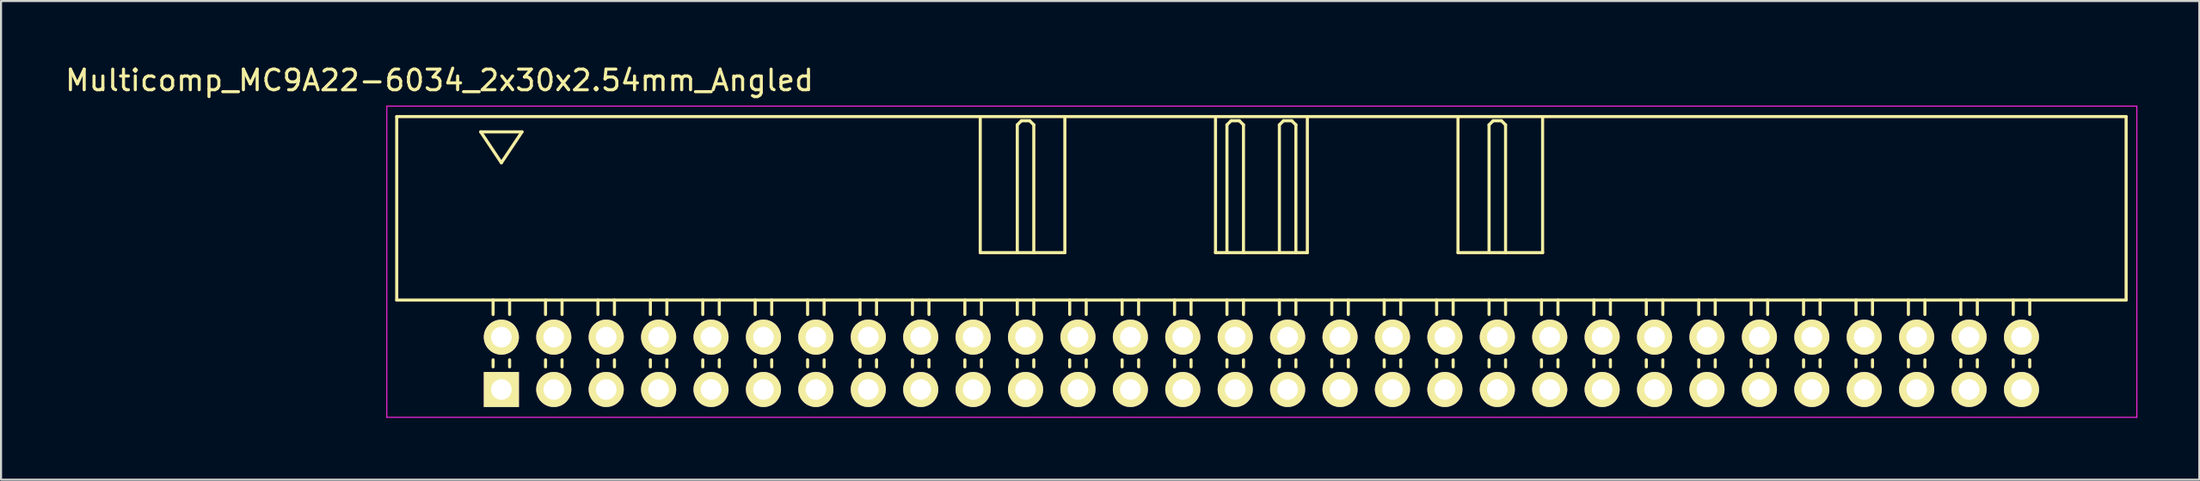
<source format=kicad_pcb>
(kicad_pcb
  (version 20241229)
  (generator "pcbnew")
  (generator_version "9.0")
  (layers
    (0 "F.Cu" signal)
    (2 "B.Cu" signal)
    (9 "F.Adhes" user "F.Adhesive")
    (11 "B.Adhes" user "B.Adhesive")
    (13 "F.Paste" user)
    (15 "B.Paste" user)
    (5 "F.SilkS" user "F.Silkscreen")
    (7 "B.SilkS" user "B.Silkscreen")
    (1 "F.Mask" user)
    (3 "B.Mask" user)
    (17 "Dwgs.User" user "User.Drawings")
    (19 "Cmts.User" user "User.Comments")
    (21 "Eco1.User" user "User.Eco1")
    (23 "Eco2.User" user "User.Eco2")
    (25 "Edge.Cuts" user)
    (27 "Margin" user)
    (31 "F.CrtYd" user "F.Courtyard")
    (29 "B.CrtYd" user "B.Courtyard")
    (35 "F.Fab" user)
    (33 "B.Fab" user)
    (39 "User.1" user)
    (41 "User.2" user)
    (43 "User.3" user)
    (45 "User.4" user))
  (footprint "Multicomp_MC9A22-6034_2x30x2.54mm_Angled"
    (layer "F.Cu")
    (at 21.244 15.848)
    (property "Reference" "Multicomp_MC9A22-6034_2x30x2.54mm_Angled" (at -3 -15 0) (layer "F.SilkS") (effects (font (size 1 1) (thickness 0.15))))
    (attr through_hole)
    (fp_line (start -5.07 -13.24) (end 78.73 -13.24) (stroke (width 0.15) (type solid)) (layer "F.SilkS"))
    (fp_line (start -5.07 -4.34) (end -5.07 -13.24) (stroke (width 0.15) (type solid)) (layer "F.SilkS"))
    (fp_line (start -1 -12.5) (end 1 -12.5) (stroke (width 0.15) (type solid)) (layer "F.SilkS"))
    (fp_line (start -0.4 -3.64) (end -0.4 -4.34) (stroke (width 0.15) (type solid)) (layer "F.SilkS"))
    (fp_line (start -0.4 -1.1) (end -0.4 -1.44) (stroke (width 0.15) (type solid)) (layer "F.SilkS"))
    (fp_line (start 0 -11) (end -1 -12.5) (stroke (width 0.15) (type solid)) (layer "F.SilkS"))
    (fp_line (start 0.4 -3.64) (end 0.4 -4.34) (stroke (width 0.15) (type solid)) (layer "F.SilkS"))
    (fp_line (start 0.4 -1.1) (end 0.4 -1.44) (stroke (width 0.15) (type solid)) (layer "F.SilkS"))
    (fp_line (start 1 -12.5) (end 0 -11) (stroke (width 0.15) (type solid)) (layer "F.SilkS"))
    (fp_line (start 2.14 -3.64) (end 2.14 -4.34) (stroke (width 0.15) (type solid)) (layer "F.SilkS"))
    (fp_line (start 2.14 -1.1) (end 2.14 -1.44) (stroke (width 0.15) (type solid)) (layer "F.SilkS"))
    (fp_line (start 2.94 -3.64) (end 2.94 -4.34) (stroke (width 0.15) (type solid)) (layer "F.SilkS"))
    (fp_line (start 2.94 -1.1) (end 2.94 -1.44) (stroke (width 0.15) (type solid)) (layer "F.SilkS"))
    (fp_line (start 4.68 -3.64) (end 4.68 -4.34) (stroke (width 0.15) (type solid)) (layer "F.SilkS"))
    (fp_line (start 4.68 -1.1) (end 4.68 -1.44) (stroke (width 0.15) (type solid)) (layer "F.SilkS"))
    (fp_line (start 5.48 -3.64) (end 5.48 -4.34) (stroke (width 0.15) (type solid)) (layer "F.SilkS"))
    (fp_line (start 5.48 -1.1) (end 5.48 -1.44) (stroke (width 0.15) (type solid)) (layer "F.SilkS"))
    (fp_line (start 7.22 -3.64) (end 7.22 -4.34) (stroke (width 0.15) (type solid)) (layer "F.SilkS"))
    (fp_line (start 7.22 -1.1) (end 7.22 -1.44) (stroke (width 0.15) (type solid)) (layer "F.SilkS"))
    (fp_line (start 8.02 -3.64) (end 8.02 -4.34) (stroke (width 0.15) (type solid)) (layer "F.SilkS"))
    (fp_line (start 8.02 -1.1) (end 8.02 -1.44) (stroke (width 0.15) (type solid)) (layer "F.SilkS"))
    (fp_line (start 9.76 -3.64) (end 9.76 -4.34) (stroke (width 0.15) (type solid)) (layer "F.SilkS"))
    (fp_line (start 9.76 -1.1) (end 9.76 -1.44) (stroke (width 0.15) (type solid)) (layer "F.SilkS"))
    (fp_line (start 10.56 -3.64) (end 10.56 -4.34) (stroke (width 0.15) (type solid)) (layer "F.SilkS"))
    (fp_line (start 10.56 -1.1) (end 10.56 -1.44) (stroke (width 0.15) (type solid)) (layer "F.SilkS"))
    (fp_line (start 12.3 -3.64) (end 12.3 -4.34) (stroke (width 0.15) (type solid)) (layer "F.SilkS"))
    (fp_line (start 12.3 -1.1) (end 12.3 -1.44) (stroke (width 0.15) (type solid)) (layer "F.SilkS"))
    (fp_line (start 13.1 -3.64) (end 13.1 -4.34) (stroke (width 0.15) (type solid)) (layer "F.SilkS"))
    (fp_line (start 13.1 -1.1) (end 13.1 -1.44) (stroke (width 0.15) (type solid)) (layer "F.SilkS"))
    (fp_line (start 14.84 -3.64) (end 14.84 -4.34) (stroke (width 0.15) (type solid)) (layer "F.SilkS"))
    (fp_line (start 14.84 -1.1) (end 14.84 -1.44) (stroke (width 0.15) (type solid)) (layer "F.SilkS"))
    (fp_line (start 15.64 -3.64) (end 15.64 -4.34) (stroke (width 0.15) (type solid)) (layer "F.SilkS"))
    (fp_line (start 15.64 -1.1) (end 15.64 -1.44) (stroke (width 0.15) (type solid)) (layer "F.SilkS"))
    (fp_line (start 17.38 -3.64) (end 17.38 -4.34) (stroke (width 0.15) (type solid)) (layer "F.SilkS"))
    (fp_line (start 17.38 -1.1) (end 17.38 -1.44) (stroke (width 0.15) (type solid)) (layer "F.SilkS"))
    (fp_line (start 18.18 -3.64) (end 18.18 -4.34) (stroke (width 0.15) (type solid)) (layer "F.SilkS"))
    (fp_line (start 18.18 -1.1) (end 18.18 -1.44) (stroke (width 0.15) (type solid)) (layer "F.SilkS"))
    (fp_line (start 19.92 -3.64) (end 19.92 -4.34) (stroke (width 0.15) (type solid)) (layer "F.SilkS"))
    (fp_line (start 19.92 -1.1) (end 19.92 -1.44) (stroke (width 0.15) (type solid)) (layer "F.SilkS"))
    (fp_line (start 20.72 -3.64) (end 20.72 -4.34) (stroke (width 0.15) (type solid)) (layer "F.SilkS"))
    (fp_line (start 20.72 -1.1) (end 20.72 -1.44) (stroke (width 0.15) (type solid)) (layer "F.SilkS"))
    (fp_line (start 22.46 -3.64) (end 22.46 -4.34) (stroke (width 0.15) (type solid)) (layer "F.SilkS"))
    (fp_line (start 22.46 -1.1) (end 22.46 -1.44) (stroke (width 0.15) (type solid)) (layer "F.SilkS"))
    (fp_line (start 23.205 -6.64) (end 23.205 -13.24) (stroke (width 0.15) (type solid)) (layer "F.SilkS"))
    (fp_line (start 23.26 -3.64) (end 23.26 -4.34) (stroke (width 0.15) (type solid)) (layer "F.SilkS"))
    (fp_line (start 23.26 -1.1) (end 23.26 -1.44) (stroke (width 0.15) (type solid)) (layer "F.SilkS"))
    (fp_line (start 25 -12.84) (end 25.2 -13.04) (stroke (width 0.15) (type solid)) (layer "F.SilkS"))
    (fp_line (start 25 -6.64) (end 25 -12.84) (stroke (width 0.15) (type solid)) (layer "F.SilkS"))
    (fp_line (start 25 -3.64) (end 25 -4.34) (stroke (width 0.15) (type solid)) (layer "F.SilkS"))
    (fp_line (start 25 -1.1) (end 25 -1.44) (stroke (width 0.15) (type solid)) (layer "F.SilkS"))
    (fp_line (start 25.2 -13.04) (end 25.6 -13.04) (stroke (width 0.15) (type solid)) (layer "F.SilkS"))
    (fp_line (start 25.6 -13.04) (end 25.8 -12.84) (stroke (width 0.15) (type solid)) (layer "F.SilkS"))
    (fp_line (start 25.8 -12.84) (end 25.8 -6.64) (stroke (width 0.15) (type solid)) (layer "F.SilkS"))
    (fp_line (start 25.8 -3.64) (end 25.8 -4.34) (stroke (width 0.15) (type solid)) (layer "F.SilkS"))
    (fp_line (start 25.8 -1.1) (end 25.8 -1.44) (stroke (width 0.15) (type solid)) (layer "F.SilkS"))
    (fp_line (start 27.305 -13.24) (end 27.305 -6.64) (stroke (width 0.15) (type solid)) (layer "F.SilkS"))
    (fp_line (start 27.305 -6.64) (end 23.205 -6.64) (stroke (width 0.15) (type solid)) (layer "F.SilkS"))
    (fp_line (start 27.54 -3.64) (end 27.54 -4.34) (stroke (width 0.15) (type solid)) (layer "F.SilkS"))
    (fp_line (start 27.54 -1.1) (end 27.54 -1.44) (stroke (width 0.15) (type solid)) (layer "F.SilkS"))
    (fp_line (start 28.34 -3.64) (end 28.34 -4.34) (stroke (width 0.15) (type solid)) (layer "F.SilkS"))
    (fp_line (start 28.34 -1.1) (end 28.34 -1.44) (stroke (width 0.15) (type solid)) (layer "F.SilkS"))
    (fp_line (start 30.08 -3.64) (end 30.08 -4.34) (stroke (width 0.15) (type solid)) (layer "F.SilkS"))
    (fp_line (start 30.08 -1.1) (end 30.08 -1.44) (stroke (width 0.15) (type solid)) (layer "F.SilkS"))
    (fp_line (start 30.88 -3.64) (end 30.88 -4.34) (stroke (width 0.15) (type solid)) (layer "F.SilkS"))
    (fp_line (start 30.88 -1.1) (end 30.88 -1.44) (stroke (width 0.15) (type solid)) (layer "F.SilkS"))
    (fp_line (start 32.62 -3.64) (end 32.62 -4.34) (stroke (width 0.15) (type solid)) (layer "F.SilkS"))
    (fp_line (start 32.62 -1.1) (end 32.62 -1.44) (stroke (width 0.15) (type solid)) (layer "F.SilkS"))
    (fp_line (start 33.42 -3.64) (end 33.42 -4.34) (stroke (width 0.15) (type solid)) (layer "F.SilkS"))
    (fp_line (start 33.42 -1.1) (end 33.42 -1.44) (stroke (width 0.15) (type solid)) (layer "F.SilkS"))
    (fp_line (start 34.605 -13.24) (end 34.605 -6.64) (stroke (width 0.15) (type solid)) (layer "F.SilkS"))
    (fp_line (start 34.605 -6.64) (end 39.055 -6.64) (stroke (width 0.15) (type solid)) (layer "F.SilkS"))
    (fp_line (start 35.16 -12.84) (end 35.36 -13.04) (stroke (width 0.15) (type solid)) (layer "F.SilkS"))
    (fp_line (start 35.16 -6.64) (end 35.16 -12.84) (stroke (width 0.15) (type solid)) (layer "F.SilkS"))
    (fp_line (start 35.16 -3.64) (end 35.16 -4.34) (stroke (width 0.15) (type solid)) (layer "F.SilkS"))
    (fp_line (start 35.16 -1.1) (end 35.16 -1.44) (stroke (width 0.15) (type solid)) (layer "F.SilkS"))
    (fp_line (start 35.36 -13.04) (end 35.76 -13.04) (stroke (width 0.15) (type solid)) (layer "F.SilkS"))
    (fp_line (start 35.76 -13.04) (end 35.96 -12.84) (stroke (width 0.15) (type solid)) (layer "F.SilkS"))
    (fp_line (start 35.96 -12.84) (end 35.96 -6.64) (stroke (width 0.15) (type solid)) (layer "F.SilkS"))
    (fp_line (start 35.96 -3.64) (end 35.96 -4.34) (stroke (width 0.15) (type solid)) (layer "F.SilkS"))
    (fp_line (start 35.96 -1.1) (end 35.96 -1.44) (stroke (width 0.15) (type solid)) (layer "F.SilkS"))
    (fp_line (start 37.7 -12.84) (end 37.9 -13.04) (stroke (width 0.15) (type solid)) (layer "F.SilkS"))
    (fp_line (start 37.7 -6.64) (end 37.7 -12.84) (stroke (width 0.15) (type solid)) (layer "F.SilkS"))
    (fp_line (start 37.7 -3.64) (end 37.7 -4.34) (stroke (width 0.15) (type solid)) (layer "F.SilkS"))
    (fp_line (start 37.7 -1.1) (end 37.7 -1.44) (stroke (width 0.15) (type solid)) (layer "F.SilkS"))
    (fp_line (start 37.9 -13.04) (end 38.3 -13.04) (stroke (width 0.15) (type solid)) (layer "F.SilkS"))
    (fp_line (start 38.3 -13.04) (end 38.5 -12.84) (stroke (width 0.15) (type solid)) (layer "F.SilkS"))
    (fp_line (start 38.5 -12.84) (end 38.5 -6.64) (stroke (width 0.15) (type solid)) (layer "F.SilkS"))
    (fp_line (start 38.5 -3.64) (end 38.5 -4.34) (stroke (width 0.15) (type solid)) (layer "F.SilkS"))
    (fp_line (start 38.5 -1.1) (end 38.5 -1.44) (stroke (width 0.15) (type solid)) (layer "F.SilkS"))
    (fp_line (start 39.055 -6.64) (end 39.055 -13.24) (stroke (width 0.15) (type solid)) (layer "F.SilkS"))
    (fp_line (start 40.24 -3.64) (end 40.24 -4.34) (stroke (width 0.15) (type solid)) (layer "F.SilkS"))
    (fp_line (start 40.24 -1.1) (end 40.24 -1.44) (stroke (width 0.15) (type solid)) (layer "F.SilkS"))
    (fp_line (start 41.04 -3.64) (end 41.04 -4.34) (stroke (width 0.15) (type solid)) (layer "F.SilkS"))
    (fp_line (start 41.04 -1.1) (end 41.04 -1.44) (stroke (width 0.15) (type solid)) (layer "F.SilkS"))
    (fp_line (start 42.78 -3.64) (end 42.78 -4.34) (stroke (width 0.15) (type solid)) (layer "F.SilkS"))
    (fp_line (start 42.78 -1.1) (end 42.78 -1.44) (stroke (width 0.15) (type solid)) (layer "F.SilkS"))
    (fp_line (start 43.58 -3.64) (end 43.58 -4.34) (stroke (width 0.15) (type solid)) (layer "F.SilkS"))
    (fp_line (start 43.58 -1.1) (end 43.58 -1.44) (stroke (width 0.15) (type solid)) (layer "F.SilkS"))
    (fp_line (start 45.32 -3.64) (end 45.32 -4.34) (stroke (width 0.15) (type solid)) (layer "F.SilkS"))
    (fp_line (start 45.32 -1.1) (end 45.32 -1.44) (stroke (width 0.15) (type solid)) (layer "F.SilkS"))
    (fp_line (start 46.12 -3.64) (end 46.12 -4.34) (stroke (width 0.15) (type solid)) (layer "F.SilkS"))
    (fp_line (start 46.12 -1.1) (end 46.12 -1.44) (stroke (width 0.15) (type solid)) (layer "F.SilkS"))
    (fp_line (start 46.355 -13.24) (end 46.355 -6.64) (stroke (width 0.15) (type solid)) (layer "F.SilkS"))
    (fp_line (start 46.355 -6.64) (end 50.455 -6.64) (stroke (width 0.15) (type solid)) (layer "F.SilkS"))
    (fp_line (start 47.86 -12.84) (end 48.06 -13.04) (stroke (width 0.15) (type solid)) (layer "F.SilkS"))
    (fp_line (start 47.86 -6.64) (end 47.86 -12.84) (stroke (width 0.15) (type solid)) (layer "F.SilkS"))
    (fp_line (start 47.86 -3.64) (end 47.86 -4.34) (stroke (width 0.15) (type solid)) (layer "F.SilkS"))
    (fp_line (start 47.86 -1.1) (end 47.86 -1.44) (stroke (width 0.15) (type solid)) (layer "F.SilkS"))
    (fp_line (start 48.06 -13.04) (end 48.46 -13.04) (stroke (width 0.15) (type solid)) (layer "F.SilkS"))
    (fp_line (start 48.46 -13.04) (end 48.66 -12.84) (stroke (width 0.15) (type solid)) (layer "F.SilkS"))
    (fp_line (start 48.66 -12.84) (end 48.66 -6.64) (stroke (width 0.15) (type solid)) (layer "F.SilkS"))
    (fp_line (start 48.66 -3.64) (end 48.66 -4.34) (stroke (width 0.15) (type solid)) (layer "F.SilkS"))
    (fp_line (start 48.66 -1.1) (end 48.66 -1.44) (stroke (width 0.15) (type solid)) (layer "F.SilkS"))
    (fp_line (start 50.4 -3.64) (end 50.4 -4.34) (stroke (width 0.15) (type solid)) (layer "F.SilkS"))
    (fp_line (start 50.4 -1.1) (end 50.4 -1.44) (stroke (width 0.15) (type solid)) (layer "F.SilkS"))
    (fp_line (start 50.455 -6.64) (end 50.455 -13.24) (stroke (width 0.15) (type solid)) (layer "F.SilkS"))
    (fp_line (start 51.2 -3.64) (end 51.2 -4.34) (stroke (width 0.15) (type solid)) (layer "F.SilkS"))
    (fp_line (start 51.2 -1.1) (end 51.2 -1.44) (stroke (width 0.15) (type solid)) (layer "F.SilkS"))
    (fp_line (start 52.94 -3.64) (end 52.94 -4.34) (stroke (width 0.15) (type solid)) (layer "F.SilkS"))
    (fp_line (start 52.94 -1.1) (end 52.94 -1.44) (stroke (width 0.15) (type solid)) (layer "F.SilkS"))
    (fp_line (start 53.74 -3.64) (end 53.74 -4.34) (stroke (width 0.15) (type solid)) (layer "F.SilkS"))
    (fp_line (start 53.74 -1.1) (end 53.74 -1.44) (stroke (width 0.15) (type solid)) (layer "F.SilkS"))
    (fp_line (start 55.48 -3.64) (end 55.48 -4.34) (stroke (width 0.15) (type solid)) (layer "F.SilkS"))
    (fp_line (start 55.48 -1.1) (end 55.48 -1.44) (stroke (width 0.15) (type solid)) (layer "F.SilkS"))
    (fp_line (start 56.28 -3.64) (end 56.28 -4.34) (stroke (width 0.15) (type solid)) (layer "F.SilkS"))
    (fp_line (start 56.28 -1.1) (end 56.28 -1.44) (stroke (width 0.15) (type solid)) (layer "F.SilkS"))
    (fp_line (start 58.02 -3.64) (end 58.02 -4.34) (stroke (width 0.15) (type solid)) (layer "F.SilkS"))
    (fp_line (start 58.02 -1.1) (end 58.02 -1.44) (stroke (width 0.15) (type solid)) (layer "F.SilkS"))
    (fp_line (start 58.82 -3.64) (end 58.82 -4.34) (stroke (width 0.15) (type solid)) (layer "F.SilkS"))
    (fp_line (start 58.82 -1.1) (end 58.82 -1.44) (stroke (width 0.15) (type solid)) (layer "F.SilkS"))
    (fp_line (start 60.56 -3.64) (end 60.56 -4.34) (stroke (width 0.15) (type solid)) (layer "F.SilkS"))
    (fp_line (start 60.56 -1.1) (end 60.56 -1.44) (stroke (width 0.15) (type solid)) (layer "F.SilkS"))
    (fp_line (start 61.36 -3.64) (end 61.36 -4.34) (stroke (width 0.15) (type solid)) (layer "F.SilkS"))
    (fp_line (start 61.36 -1.1) (end 61.36 -1.44) (stroke (width 0.15) (type solid)) (layer "F.SilkS"))
    (fp_line (start 63.1 -3.64) (end 63.1 -4.34) (stroke (width 0.15) (type solid)) (layer "F.SilkS"))
    (fp_line (start 63.1 -1.1) (end 63.1 -1.44) (stroke (width 0.15) (type solid)) (layer "F.SilkS"))
    (fp_line (start 63.9 -3.64) (end 63.9 -4.34) (stroke (width 0.15) (type solid)) (layer "F.SilkS"))
    (fp_line (start 63.9 -1.1) (end 63.9 -1.44) (stroke (width 0.15) (type solid)) (layer "F.SilkS"))
    (fp_line (start 65.64 -3.64) (end 65.64 -4.34) (stroke (width 0.15) (type solid)) (layer "F.SilkS"))
    (fp_line (start 65.64 -1.1) (end 65.64 -1.44) (stroke (width 0.15) (type solid)) (layer "F.SilkS"))
    (fp_line (start 66.44 -3.64) (end 66.44 -4.34) (stroke (width 0.15) (type solid)) (layer "F.SilkS"))
    (fp_line (start 66.44 -1.1) (end 66.44 -1.44) (stroke (width 0.15) (type solid)) (layer "F.SilkS"))
    (fp_line (start 68.18 -3.64) (end 68.18 -4.34) (stroke (width 0.15) (type solid)) (layer "F.SilkS"))
    (fp_line (start 68.18 -1.1) (end 68.18 -1.44) (stroke (width 0.15) (type solid)) (layer "F.SilkS"))
    (fp_line (start 68.98 -3.64) (end 68.98 -4.34) (stroke (width 0.15) (type solid)) (layer "F.SilkS"))
    (fp_line (start 68.98 -1.1) (end 68.98 -1.44) (stroke (width 0.15) (type solid)) (layer "F.SilkS"))
    (fp_line (start 70.72 -3.64) (end 70.72 -4.34) (stroke (width 0.15) (type solid)) (layer "F.SilkS"))
    (fp_line (start 70.72 -1.1) (end 70.72 -1.44) (stroke (width 0.15) (type solid)) (layer "F.SilkS"))
    (fp_line (start 71.52 -3.64) (end 71.52 -4.34) (stroke (width 0.15) (type solid)) (layer "F.SilkS"))
    (fp_line (start 71.52 -1.1) (end 71.52 -1.44) (stroke (width 0.15) (type solid)) (layer "F.SilkS"))
    (fp_line (start 73.26 -3.64) (end 73.26 -4.34) (stroke (width 0.15) (type solid)) (layer "F.SilkS"))
    (fp_line (start 73.26 -1.1) (end 73.26 -1.44) (stroke (width 0.15) (type solid)) (layer "F.SilkS"))
    (fp_line (start 74.06 -3.64) (end 74.06 -4.34) (stroke (width 0.15) (type solid)) (layer "F.SilkS"))
    (fp_line (start 74.06 -1.1) (end 74.06 -1.44) (stroke (width 0.15) (type solid)) (layer "F.SilkS"))
    (fp_line (start 78.73 -13.24) (end 78.73 -4.34) (stroke (width 0.15) (type solid)) (layer "F.SilkS"))
    (fp_line (start 78.73 -4.34) (end -5.07 -4.34) (stroke (width 0.15) (type solid)) (layer "F.SilkS"))
    (fp_line (start -5.55 -13.75) (end 79.25 -13.75) (stroke (width 0.05) (type solid)) (layer "F.CrtYd"))
    (fp_line (start -5.55 1.35) (end -5.55 -13.75) (stroke (width 0.05) (type solid)) (layer "F.CrtYd"))
    (fp_line (start 79.25 -13.75) (end 79.25 1.35) (stroke (width 0.05) (type solid)) (layer "F.CrtYd"))
    (fp_line (start 79.25 1.35) (end -5.55 1.35) (stroke (width 0.05) (type solid)) (layer "F.CrtYd"))
    (pad "1" thru_hole rect (at 0 0) (size 1.7 1.7) (drill 1) (layers "*.Cu" "*.Mask" "F.SilkS"))
    (pad "2" thru_hole circle (at 0 -2.54) (size 1.7 1.7) (drill 1) (layers "*.Cu" "*.Mask" "F.SilkS"))
    (pad "3" thru_hole circle (at 2.54 0) (size 1.7 1.7) (drill 1) (layers "*.Cu" "*.Mask" "F.SilkS"))
    (pad "4" thru_hole circle (at 2.54 -2.54) (size 1.7 1.7) (drill 1) (layers "*.Cu" "*.Mask" "F.SilkS"))
    (pad "5" thru_hole circle (at 5.08 0) (size 1.7 1.7) (drill 1) (layers "*.Cu" "*.Mask" "F.SilkS"))
    (pad "6" thru_hole circle (at 5.08 -2.54) (size 1.7 1.7) (drill 1) (layers "*.Cu" "*.Mask" "F.SilkS"))
    (pad "7" thru_hole circle (at 7.62 0) (size 1.7 1.7) (drill 1) (layers "*.Cu" "*.Mask" "F.SilkS"))
    (pad "8" thru_hole circle (at 7.62 -2.54) (size 1.7 1.7) (drill 1) (layers "*.Cu" "*.Mask" "F.SilkS"))
    (pad "9" thru_hole circle (at 10.16 0) (size 1.7 1.7) (drill 1) (layers "*.Cu" "*.Mask" "F.SilkS"))
    (pad "10" thru_hole circle (at 10.16 -2.54) (size 1.7 1.7) (drill 1) (layers "*.Cu" "*.Mask" "F.SilkS"))
    (pad "11" thru_hole circle (at 12.7 0) (size 1.7 1.7) (drill 1) (layers "*.Cu" "*.Mask" "F.SilkS"))
    (pad "12" thru_hole circle (at 12.7 -2.54) (size 1.7 1.7) (drill 1) (layers "*.Cu" "*.Mask" "F.SilkS"))
    (pad "13" thru_hole circle (at 15.24 0) (size 1.7 1.7) (drill 1) (layers "*.Cu" "*.Mask" "F.SilkS"))
    (pad "14" thru_hole circle (at 15.24 -2.54) (size 1.7 1.7) (drill 1) (layers "*.Cu" "*.Mask" "F.SilkS"))
    (pad "15" thru_hole circle (at 17.78 0) (size 1.7 1.7) (drill 1) (layers "*.Cu" "*.Mask" "F.SilkS"))
    (pad "16" thru_hole circle (at 17.78 -2.54) (size 1.7 1.7) (drill 1) (layers "*.Cu" "*.Mask" "F.SilkS"))
    (pad "17" thru_hole circle (at 20.32 0) (size 1.7 1.7) (drill 1) (layers "*.Cu" "*.Mask" "F.SilkS"))
    (pad "18" thru_hole circle (at 20.32 -2.54) (size 1.7 1.7) (drill 1) (layers "*.Cu" "*.Mask" "F.SilkS"))
    (pad "19" thru_hole circle (at 22.86 0) (size 1.7 1.7) (drill 1) (layers "*.Cu" "*.Mask" "F.SilkS"))
    (pad "20" thru_hole circle (at 22.86 -2.54) (size 1.7 1.7) (drill 1) (layers "*.Cu" "*.Mask" "F.SilkS"))
    (pad "21" thru_hole circle (at 25.4 0) (size 1.7 1.7) (drill 1) (layers "*.Cu" "*.Mask" "F.SilkS"))
    (pad "22" thru_hole circle (at 25.4 -2.54) (size 1.7 1.7) (drill 1) (layers "*.Cu" "*.Mask" "F.SilkS"))
    (pad "23" thru_hole circle (at 27.94 0) (size 1.7 1.7) (drill 1) (layers "*.Cu" "*.Mask" "F.SilkS"))
    (pad "24" thru_hole circle (at 27.94 -2.54) (size 1.7 1.7) (drill 1) (layers "*.Cu" "*.Mask" "F.SilkS"))
    (pad "25" thru_hole circle (at 30.48 0) (size 1.7 1.7) (drill 1) (layers "*.Cu" "*.Mask" "F.SilkS"))
    (pad "26" thru_hole circle (at 30.48 -2.54) (size 1.7 1.7) (drill 1) (layers "*.Cu" "*.Mask" "F.SilkS"))
    (pad "27" thru_hole circle (at 33.02 0) (size 1.7 1.7) (drill 1) (layers "*.Cu" "*.Mask" "F.SilkS"))
    (pad "28" thru_hole circle (at 33.02 -2.54) (size 1.7 1.7) (drill 1) (layers "*.Cu" "*.Mask" "F.SilkS"))
    (pad "29" thru_hole circle (at 35.56 0) (size 1.7 1.7) (drill 1) (layers "*.Cu" "*.Mask" "F.SilkS"))
    (pad "30" thru_hole circle (at 35.56 -2.54) (size 1.7 1.7) (drill 1) (layers "*.Cu" "*.Mask" "F.SilkS"))
    (pad "31" thru_hole circle (at 38.1 0) (size 1.7 1.7) (drill 1) (layers "*.Cu" "*.Mask" "F.SilkS"))
    (pad "32" thru_hole circle (at 38.1 -2.54) (size 1.7 1.7) (drill 1) (layers "*.Cu" "*.Mask" "F.SilkS"))
    (pad "33" thru_hole circle (at 40.64 0) (size 1.7 1.7) (drill 1) (layers "*.Cu" "*.Mask" "F.SilkS"))
    (pad "34" thru_hole circle (at 40.64 -2.54) (size 1.7 1.7) (drill 1) (layers "*.Cu" "*.Mask" "F.SilkS"))
    (pad "35" thru_hole circle (at 43.18 0) (size 1.7 1.7) (drill 1) (layers "*.Cu" "*.Mask" "F.SilkS"))
    (pad "36" thru_hole circle (at 43.18 -2.54) (size 1.7 1.7) (drill 1) (layers "*.Cu" "*.Mask" "F.SilkS"))
    (pad "37" thru_hole circle (at 45.72 0) (size 1.7 1.7) (drill 1) (layers "*.Cu" "*.Mask" "F.SilkS"))
    (pad "38" thru_hole circle (at 45.72 -2.54) (size 1.7 1.7) (drill 1) (layers "*.Cu" "*.Mask" "F.SilkS"))
    (pad "39" thru_hole circle (at 48.26 0) (size 1.7 1.7) (drill 1) (layers "*.Cu" "*.Mask" "F.SilkS"))
    (pad "40" thru_hole circle (at 48.26 -2.54) (size 1.7 1.7) (drill 1) (layers "*.Cu" "*.Mask" "F.SilkS"))
    (pad "41" thru_hole circle (at 50.8 0) (size 1.7 1.7) (drill 1) (layers "*.Cu" "*.Mask" "F.SilkS"))
    (pad "42" thru_hole circle (at 50.8 -2.54) (size 1.7 1.7) (drill 1) (layers "*.Cu" "*.Mask" "F.SilkS"))
    (pad "43" thru_hole circle (at 53.34 0) (size 1.7 1.7) (drill 1) (layers "*.Cu" "*.Mask" "F.SilkS"))
    (pad "44" thru_hole circle (at 53.34 -2.54) (size 1.7 1.7) (drill 1) (layers "*.Cu" "*.Mask" "F.SilkS"))
    (pad "45" thru_hole circle (at 55.88 0) (size 1.7 1.7) (drill 1) (layers "*.Cu" "*.Mask" "F.SilkS"))
    (pad "46" thru_hole circle (at 55.88 -2.54) (size 1.7 1.7) (drill 1) (layers "*.Cu" "*.Mask" "F.SilkS"))
    (pad "47" thru_hole circle (at 58.42 0) (size 1.7 1.7) (drill 1) (layers "*.Cu" "*.Mask" "F.SilkS"))
    (pad "48" thru_hole circle (at 58.42 -2.54) (size 1.7 1.7) (drill 1) (layers "*.Cu" "*.Mask" "F.SilkS"))
    (pad "49" thru_hole circle (at 60.96 0) (size 1.7 1.7) (drill 1) (layers "*.Cu" "*.Mask" "F.SilkS"))
    (pad "50" thru_hole circle (at 60.96 -2.54) (size 1.7 1.7) (drill 1) (layers "*.Cu" "*.Mask" "F.SilkS"))
    (pad "51" thru_hole circle (at 63.5 0) (size 1.7 1.7) (drill 1) (layers "*.Cu" "*.Mask" "F.SilkS"))
    (pad "52" thru_hole circle (at 63.5 -2.54) (size 1.7 1.7) (drill 1) (layers "*.Cu" "*.Mask" "F.SilkS"))
    (pad "53" thru_hole circle (at 66.04 0) (size 1.7 1.7) (drill 1) (layers "*.Cu" "*.Mask" "F.SilkS"))
    (pad "54" thru_hole circle (at 66.04 -2.54) (size 1.7 1.7) (drill 1) (layers "*.Cu" "*.Mask" "F.SilkS"))
    (pad "55" thru_hole circle (at 68.58 0) (size 1.7 1.7) (drill 1) (layers "*.Cu" "*.Mask" "F.SilkS"))
    (pad "56" thru_hole circle (at 68.58 -2.54) (size 1.7 1.7) (drill 1) (layers "*.Cu" "*.Mask" "F.SilkS"))
    (pad "57" thru_hole circle (at 71.12 0) (size 1.7 1.7) (drill 1) (layers "*.Cu" "*.Mask" "F.SilkS"))
    (pad "58" thru_hole circle (at 71.12 -2.54) (size 1.7 1.7) (drill 1) (layers "*.Cu" "*.Mask" "F.SilkS"))
    (pad "59" thru_hole circle (at 73.66 0) (size 1.7 1.7) (drill 1) (layers "*.Cu" "*.Mask" "F.SilkS"))
    (pad "60" thru_hole circle (at 73.66 -2.54) (size 1.7 1.7) (drill 1) (layers "*.Cu" "*.Mask" "F.SilkS")))
  (gr_rect
    (start -3 -3)
    (end 103.519 20.223)
    (stroke (width 0.1) (type default))
    (fill no)
    (layer "Edge.Cuts")))
</source>
